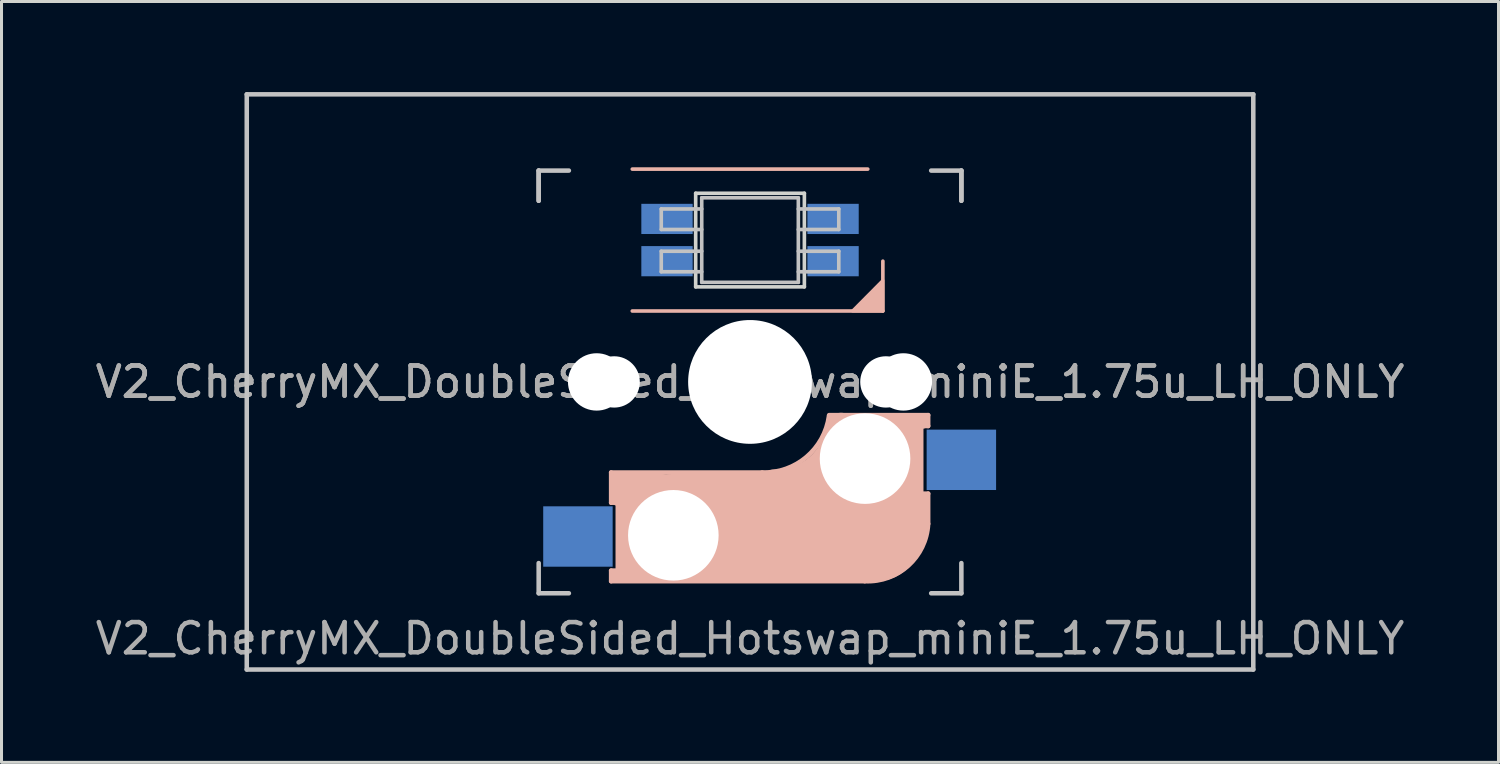
<source format=kicad_pcb>
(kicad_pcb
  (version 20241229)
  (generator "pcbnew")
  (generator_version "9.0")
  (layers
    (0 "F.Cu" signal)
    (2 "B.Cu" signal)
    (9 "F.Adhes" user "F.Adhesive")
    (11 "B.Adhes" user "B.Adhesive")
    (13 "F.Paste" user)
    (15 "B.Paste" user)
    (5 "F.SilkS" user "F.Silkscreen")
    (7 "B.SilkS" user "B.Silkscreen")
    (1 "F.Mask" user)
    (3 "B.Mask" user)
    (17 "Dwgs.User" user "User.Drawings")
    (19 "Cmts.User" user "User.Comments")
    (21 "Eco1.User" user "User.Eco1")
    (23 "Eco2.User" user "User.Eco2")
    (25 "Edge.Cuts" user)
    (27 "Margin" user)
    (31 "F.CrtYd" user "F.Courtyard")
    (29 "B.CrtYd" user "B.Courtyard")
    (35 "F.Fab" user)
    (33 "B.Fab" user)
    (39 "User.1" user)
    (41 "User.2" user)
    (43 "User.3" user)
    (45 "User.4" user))
  (footprint "V2_CherryMX_DoubleSided_Hotswap_miniE_1.75u_LH_ONLY"
    (layer "F.Cu")
    (at 21.792 9.6)
    (property "Reference" "V2_CherryMX_DoubleSided_Hotswap_miniE_1.75u_LH_ONLY" (at 0 8.5 0) (layer "F.Fab") (effects (font (size 1 1) (thickness 0.15))))
    (attr through_hole)
    (fp_line (start -4.6 3) (end -4.6 4) (stroke (width 0.15) (type solid)) (layer "B.SilkS"))
    (fp_line (start -4.6 4) (end -4.4 4) (stroke (width 0.15) (type solid)) (layer "B.SilkS"))
    (fp_line (start -4.6 6.25) (end -4.6 6.6) (stroke (width 0.15) (type solid)) (layer "B.SilkS"))
    (fp_line (start -4.6 6.6) (end 3.8 6.6) (stroke (width 0.15) (type solid)) (layer "B.SilkS"))
    (fp_line (start -4.4 3.9) (end -4.4 3.2) (stroke (width 0.4) (type solid)) (layer "B.SilkS"))
    (fp_line (start -4.4 6.25) (end -4.6 6.25) (stroke (width 0.15) (type solid)) (layer "B.SilkS"))
    (fp_line (start -4.4 6.4) (end -3 6.4) (stroke (width 0.4) (type solid)) (layer "B.SilkS"))
    (fp_line (start -4.38 4) (end -4.38 6.25) (stroke (width 0.15) (type solid)) (layer "B.SilkS"))
    (fp_line (start -4.3 3.3) (end -2.9 3.3) (stroke (width 0.5) (type solid)) (layer "B.SilkS"))
    (fp_line (start -3.9 -2.349) (end 4.4 -2.349) (stroke (width 0.12) (type solid)) (layer "B.SilkS"))
    (fp_line (start -3.9 6) (end -3.9 3.5) (stroke (width 1) (type solid)) (layer "B.SilkS"))
    (fp_line (start -2.6 4.8) (end 4.1 4.8) (stroke (width 3.5) (type solid)) (layer "B.SilkS"))
    (fp_line (start 0.4 3) (end -4.6 3) (stroke (width 0.15) (type solid)) (layer "B.SilkS"))
    (fp_line (start 3.9 -7.049) (end -3.9 -7.049) (stroke (width 0.12) (type solid)) (layer "B.SilkS"))
    (fp_line (start 4.17 5.1) (end 4.17 2.86) (stroke (width 3) (type solid)) (layer "B.SilkS"))
    (fp_line (start 4.4 -2.349) (end 4.4 -4) (stroke (width 0.12) (type solid)) (layer "B.SilkS"))
    (fp_line (start 5.3 1.6) (end 5.3 3.4) (stroke (width 0.8) (type solid)) (layer "B.SilkS"))
    (fp_line (start 5.67 3.7) (end 5.67 1.46) (stroke (width 0.15) (type solid)) (layer "B.SilkS"))
    (fp_line (start 5.7 1.3) (end 3 1.3) (stroke (width 0.5) (type solid)) (layer "B.SilkS"))
    (fp_line (start 5.7 1.46) (end 5.9 1.46) (stroke (width 0.15) (type solid)) (layer "B.SilkS"))
    (fp_line (start 5.8 3.8) (end 5.8 4.7) (stroke (width 0.3) (type solid)) (layer "B.SilkS"))
    (fp_line (start 5.9 1.1) (end 2.62 1.1) (stroke (width 0.15) (type solid)) (layer "B.SilkS"))
    (fp_line (start 5.9 1.1) (end 5.9 1.46) (stroke (width 0.15) (type solid)) (layer "B.SilkS"))
    (fp_line (start 5.9 3.7) (end 5.7 3.7) (stroke (width 0.15) (type solid)) (layer "B.SilkS"))
    (fp_line (start 5.9 4.7) (end 5.9 3.7) (stroke (width 0.15) (type solid)) (layer "B.SilkS"))
    (fp_arc (start 2.616318 1.121471) (mid 1.868709 2.486118) (end 0.4 3) (stroke (width 0.15) (type solid)) (layer "B.SilkS"))
    (fp_arc (start 3.016318 1.521471) (mid 2.268709 2.886118) (end 0.8 3.4) (stroke (width 1) (type solid)) (layer "B.SilkS"))
    (fp_arc (start 5.9 4.699999) (mid 5.243504 6.084924) (end 3.800001 6.6) (stroke (width 0.15) (type solid)) (layer "B.SilkS"))
    (fp_poly (pts (xy 4.4 -3.365) (xy 4.4 -2.349) (xy 3.392 -2.349)) (stroke (width 0.1) (type solid)) (fill yes) (layer "B.SilkS"))
    (fp_line (start -16.669 -9.525) (end 16.669 -9.525) (stroke (width 0.15) (type solid)) (layer "Dwgs.User"))
    (fp_line (start -16.669 9.525) (end -16.669 -9.525) (stroke (width 0.15) (type solid)) (layer "Dwgs.User"))
    (fp_line (start -7 -7) (end -7 -6) (stroke (width 0.15) (type solid)) (layer "Dwgs.User"))
    (fp_line (start -7 -7) (end -6 -7) (stroke (width 0.15) (type solid)) (layer "Dwgs.User"))
    (fp_line (start -7 -6) (end -7 -7) (stroke (width 0.15) (type solid)) (layer "Dwgs.User"))
    (fp_line (start -7 7) (end -7 6) (stroke (width 0.15) (type solid)) (layer "Dwgs.User"))
    (fp_line (start -7 7) (end -6 7) (stroke (width 0.15) (type solid)) (layer "Dwgs.User"))
    (fp_line (start -2.94 -5.729) (end -2.94 -5.049) (stroke (width 0.12) (type solid)) (layer "Dwgs.User"))
    (fp_line (start -2.94 -5.049) (end -1.6 -5.049) (stroke (width 0.12) (type solid)) (layer "Dwgs.User"))
    (fp_line (start -2.94 -4.329) (end -2.94 -3.649) (stroke (width 0.12) (type solid)) (layer "Dwgs.User"))
    (fp_line (start -2.94 -3.649) (end -1.6 -3.649) (stroke (width 0.12) (type solid)) (layer "Dwgs.User"))
    (fp_line (start -1.6 -5.729) (end -2.94 -5.729) (stroke (width 0.12) (type solid)) (layer "Dwgs.User"))
    (fp_line (start -1.6 -4.329) (end -2.94 -4.329) (stroke (width 0.12) (type solid)) (layer "Dwgs.User"))
    (fp_line (start -1.6 -3.299) (end -1.6 -6.099) (stroke (width 0.12) (type solid)) (layer "Dwgs.User"))
    (fp_line (start 1.6 -6.099) (end -1.6 -6.099) (stroke (width 0.12) (type solid)) (layer "Dwgs.User"))
    (fp_line (start 1.6 -5.049) (end 2.94 -5.049) (stroke (width 0.12) (type solid)) (layer "Dwgs.User"))
    (fp_line (start 1.6 -3.649) (end 2.94 -3.649) (stroke (width 0.12) (type solid)) (layer "Dwgs.User"))
    (fp_line (start 1.6 -3.299) (end -1.6 -3.299) (stroke (width 0.12) (type solid)) (layer "Dwgs.User"))
    (fp_line (start 1.6 -3.299) (end 1.6 -6.099) (stroke (width 0.12) (type solid)) (layer "Dwgs.User"))
    (fp_line (start 2.94 -5.729) (end 1.6 -5.729) (stroke (width 0.12) (type solid)) (layer "Dwgs.User"))
    (fp_line (start 2.94 -5.049) (end 2.94 -5.729) (stroke (width 0.12) (type solid)) (layer "Dwgs.User"))
    (fp_line (start 2.94 -4.329) (end 1.6 -4.329) (stroke (width 0.12) (type solid)) (layer "Dwgs.User"))
    (fp_line (start 2.94 -3.649) (end 2.94 -4.329) (stroke (width 0.12) (type solid)) (layer "Dwgs.User"))
    (fp_line (start 7 -7) (end 6 -7) (stroke (width 0.15) (type solid)) (layer "Dwgs.User"))
    (fp_line (start 7 -6) (end 7 -7) (stroke (width 0.15) (type solid)) (layer "Dwgs.User"))
    (fp_line (start 7 -6) (end 7 -7) (stroke (width 0.15) (type solid)) (layer "Dwgs.User"))
    (fp_line (start 7 6) (end 7 7) (stroke (width 0.15) (type solid)) (layer "Dwgs.User"))
    (fp_line (start 7 7) (end 6 7) (stroke (width 0.15) (type solid)) (layer "Dwgs.User"))
    (fp_line (start 16.669 -9.525) (end 16.669 9.525) (stroke (width 0.15) (type solid)) (layer "Dwgs.User"))
    (fp_line (start 16.669 9.525) (end -16.669 9.525) (stroke (width 0.15) (type solid)) (layer "Dwgs.User"))
    (fp_line (start -1.8 -6.249) (end -1.8 -3.149) (stroke (width 0.12) (type solid)) (layer "Edge.Cuts"))
    (fp_line (start -1.8 -3.149) (end 1.8 -3.149) (stroke (width 0.12) (type solid)) (layer "Edge.Cuts"))
    (fp_line (start 1.8 -6.249) (end -1.8 -6.249) (stroke (width 0.12) (type solid)) (layer "Edge.Cuts"))
    (fp_line (start 1.8 -3.149) (end 1.8 -6.249) (stroke (width 0.12) (type solid)) (layer "Edge.Cuts"))
    (fp_text user "${REFERENCE}" (at 0 0 180) (layer "F.Fab") (effects (font (size 1 1) (thickness 0.15))))
    (fp_text user "${REFERENCE}" (at 0 0 180) (layer "F.Fab") (effects (font (size 1 1) (thickness 0.15))))
    (pad "" np_thru_hole circle (at -5.08 0 180) (size 1.9 1.9) (drill 1.9) (layers "*.Cu" "*.Mask"))
    (pad "" np_thru_hole circle (at -4.5 0 180) (size 1.7 1.7) (drill 1.7) (layers "*.Cu" "*.Mask"))
    (pad "" np_thru_hole circle (at -2.54 5.08) (size 3 3) (drill 3) (layers "*.Cu" "*.Mask"))
    (pad "" np_thru_hole circle (at 0 0 270) (size 4.1 4.1) (drill 4.1) (layers "*.Cu" "*.Mask"))
    (pad "" np_thru_hole circle (at 3.81 2.54) (size 3 3) (drill 3) (layers "*.Cu" "*.Mask"))
    (pad "" np_thru_hole circle (at 4.5 0 180) (size 1.7 1.7) (drill 1.7) (layers "*.Cu" "*.Mask"))
    (pad "" np_thru_hole circle (at 5.08 0 180) (size 1.9 1.9) (drill 1.9) (layers "*.Cu" "*.Mask"))
    (pad "1" smd rect (at -2.75 -5.399 180) (size 1.7 1) (layers "B.Cu" "B.Mask" "B.Paste"))
    (pad "2" smd rect (at -2.75 -3.999 180) (size 1.7 1) (layers "B.Cu" "B.Mask" "B.Paste"))
    (pad "3" smd rect (at 2.75 -3.999 180) (size 1.7 1) (layers "B.Cu" "B.Mask" "B.Paste"))
    (pad "4" smd rect (at 2.75 -5.399 180) (size 1.7 1) (layers "B.Cu" "B.Mask" "B.Paste"))
    (pad "5" smd rect (at -5.7 5.12) (size 2.3 2) (layers "B.Cu" "B.Mask" "B.Paste"))
    (pad "6" smd rect (at 7 2.58) (size 2.3 2) (layers "B.Cu" "B.Mask" "B.Paste")))
  (gr_rect
    (start -3 -3)
    (end 46.583 22.2)
    (stroke (width 0.1) (type default))
    (fill no)
    (layer "Edge.Cuts")))
</source>
